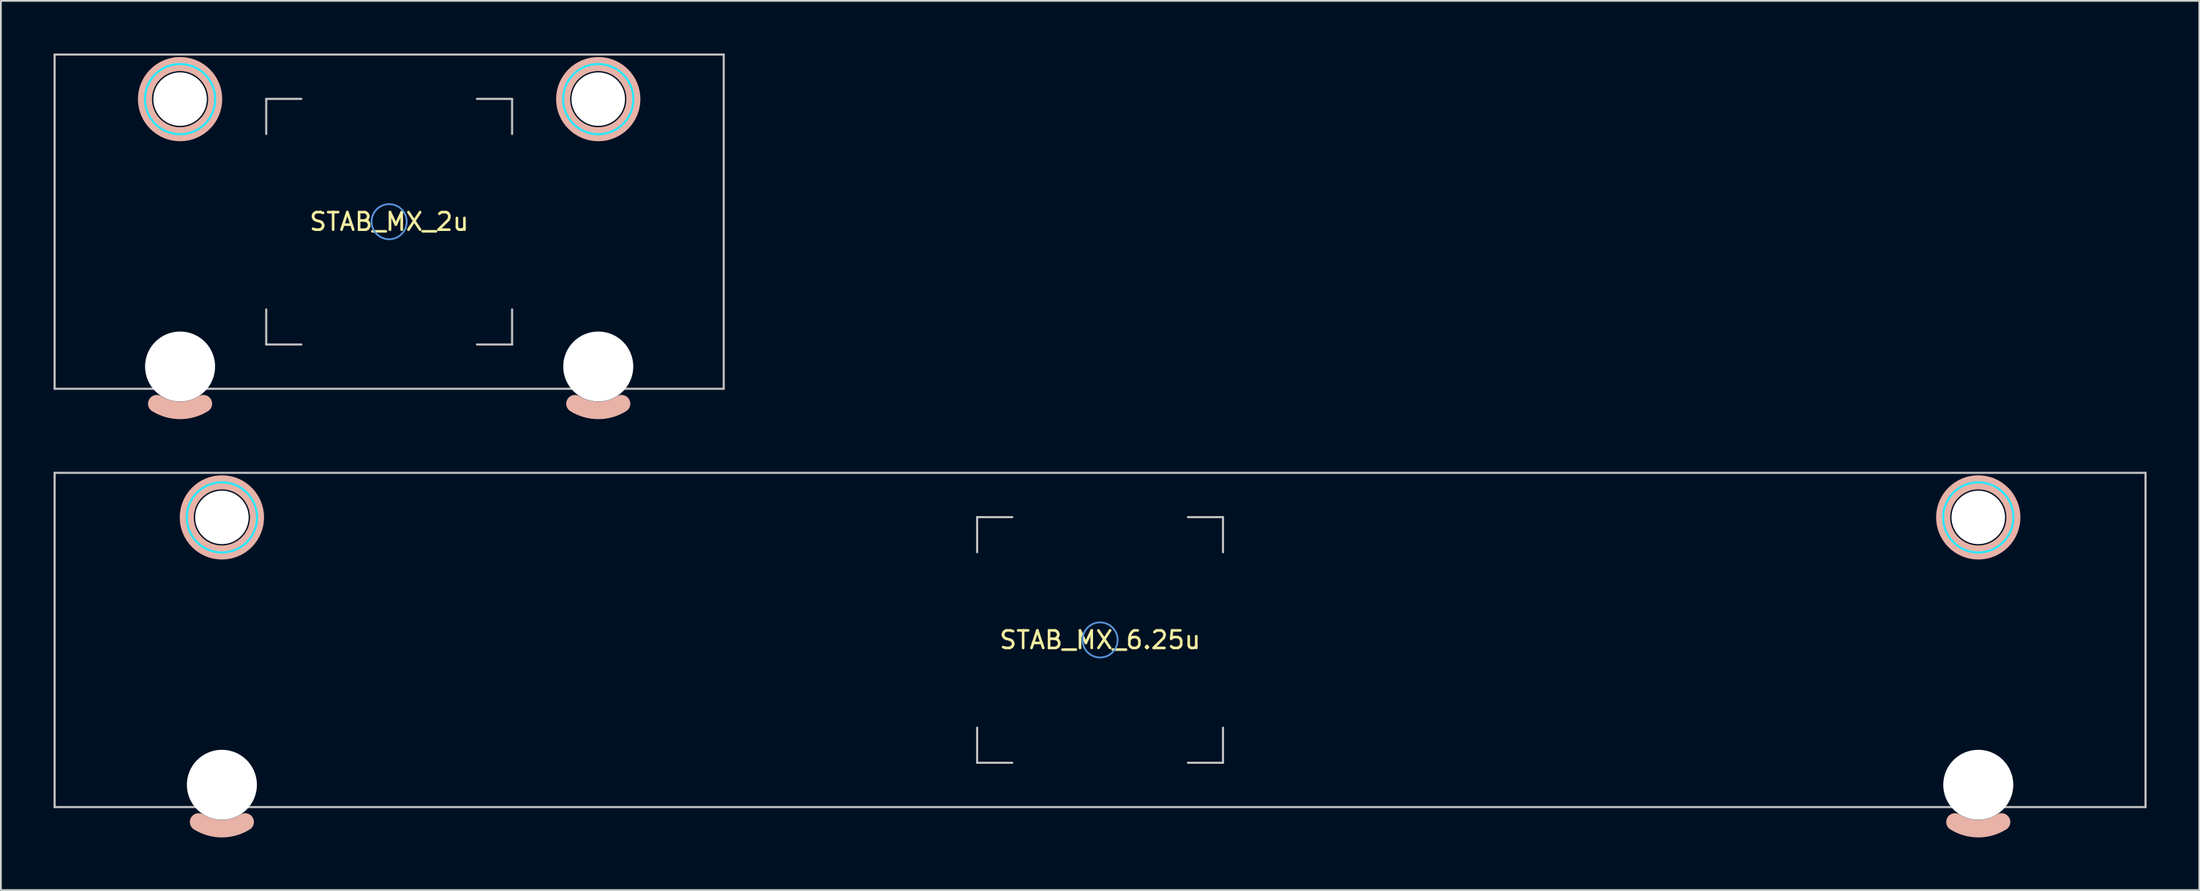
<source format=kicad_pcb>
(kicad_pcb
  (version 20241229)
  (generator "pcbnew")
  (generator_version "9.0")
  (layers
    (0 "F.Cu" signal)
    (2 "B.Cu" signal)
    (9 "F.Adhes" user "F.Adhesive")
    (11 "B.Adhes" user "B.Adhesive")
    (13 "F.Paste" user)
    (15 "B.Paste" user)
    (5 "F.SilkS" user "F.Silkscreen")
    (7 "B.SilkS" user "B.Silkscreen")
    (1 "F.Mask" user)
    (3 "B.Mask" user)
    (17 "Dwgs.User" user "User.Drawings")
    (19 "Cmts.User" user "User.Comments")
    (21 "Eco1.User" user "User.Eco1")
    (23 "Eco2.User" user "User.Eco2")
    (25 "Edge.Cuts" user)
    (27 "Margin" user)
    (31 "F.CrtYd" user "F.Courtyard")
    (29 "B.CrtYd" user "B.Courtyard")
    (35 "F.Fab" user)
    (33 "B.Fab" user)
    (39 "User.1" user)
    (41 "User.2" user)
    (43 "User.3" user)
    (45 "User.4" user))
  (footprint "STAB_MX_6.25u"
    (layer "F.Cu")
    (at 59.591 33.425)
    (property "Reference" "STAB_MX_6.25u" (at 0 0 0) (layer "F.SilkS") (effects (font (size 1 1) (thickness 0.15))))
    (attr through_hole exclude_from_pos_files exclude_from_bom)
    (fp_arc (start -48.681252 10.374995) (mid -50.00625 10.755) (end -51.331248 10.374995) (stroke (width 1) (type default)) (layer "B.SilkS"))
    (fp_arc (start 51.331248 10.374995) (mid 50.00625 10.755) (end 48.681252 10.374995) (stroke (width 1) (type default)) (layer "B.SilkS"))
    (fp_circle (center -50.006 -6.985) (end -52.006 -6.985) (stroke (width 0.8) (type solid)) (fill no) (layer "B.SilkS"))
    (fp_circle (center 50.006 -6.985) (end 48.006 -6.985) (stroke (width 0.8) (type solid)) (fill no) (layer "B.SilkS"))
    (fp_line (start -59.531 -9.525) (end -59.531 9.525) (stroke (width 0.12) (type solid)) (layer "Dwgs.User"))
    (fp_line (start -59.531 -9.525) (end 59.531 -9.525) (stroke (width 0.12) (type solid)) (layer "Dwgs.User"))
    (fp_line (start -59.531 9.525) (end 59.531 9.525) (stroke (width 0.12) (type solid)) (layer "Dwgs.User"))
    (fp_line (start -7 -7) (end -5 -7) (stroke (width 0.12) (type solid)) (layer "Dwgs.User"))
    (fp_line (start -7 -5) (end -7 -7) (stroke (width 0.12) (type solid)) (layer "Dwgs.User"))
    (fp_line (start -7 7) (end -7 5) (stroke (width 0.12) (type solid)) (layer "Dwgs.User"))
    (fp_line (start -5 7) (end -7 7) (stroke (width 0.12) (type solid)) (layer "Dwgs.User"))
    (fp_line (start 5 -7) (end 7 -7) (stroke (width 0.12) (type solid)) (layer "Dwgs.User"))
    (fp_line (start 5 7) (end 7 7) (stroke (width 0.12) (type solid)) (layer "Dwgs.User"))
    (fp_line (start 7 -7) (end 7 -5) (stroke (width 0.12) (type solid)) (layer "Dwgs.User"))
    (fp_line (start 7 7) (end 7 5) (stroke (width 0.12) (type solid)) (layer "Dwgs.User"))
    (fp_line (start 59.531 -9.525) (end 59.531 9.525) (stroke (width 0.12) (type solid)) (layer "Dwgs.User"))
    (fp_circle (center 0 0) (end 0 -1) (stroke (width 0.1) (type default)) (fill no) (layer "Cmts.User"))
    (fp_line (start -53.381 -5.5) (end -53.381 7.5) (stroke (width 0.05) (type solid)) (layer "Eco2.User"))
    (fp_line (start -52.881 -6) (end -47.131 -6) (stroke (width 0.05) (type solid)) (layer "Eco2.User"))
    (fp_line (start -52.881 8) (end -47.131 8) (stroke (width 0.05) (type solid)) (layer "Eco2.User"))
    (fp_line (start -46.631 -5.5) (end -46.631 7.5) (stroke (width 0.05) (type solid)) (layer "Eco2.User"))
    (fp_line (start 46.631 -5.5) (end 46.631 7.5) (stroke (width 0.05) (type solid)) (layer "Eco2.User"))
    (fp_line (start 47.131 -6) (end 52.88 -6) (stroke (width 0.05) (type solid)) (layer "Eco2.User"))
    (fp_line (start 47.131 8) (end 52.881 8) (stroke (width 0.05) (type solid)) (layer "Eco2.User"))
    (fp_line (start 53.38 -5.5) (end 53.381 7.5) (stroke (width 0.05) (type solid)) (layer "Eco2.User"))
    (fp_arc (start -53.38125 -5.499999) (mid -53.234803 -5.853552) (end -52.88125 -5.999999) (stroke (width 0.05) (type solid)) (layer "Eco2.User"))
    (fp_arc (start -52.88125 8.000001) (mid -53.234803 7.853554) (end -53.38125 7.500001) (stroke (width 0.05) (type solid)) (layer "Eco2.User"))
    (fp_arc (start -47.13125 -5.999999) (mid -46.777697 -5.853552) (end -46.63125 -5.499999) (stroke (width 0.05) (type solid)) (layer "Eco2.User"))
    (fp_arc (start -46.63125 7.500001) (mid -46.777697 7.853554) (end -47.13125 8.000001) (stroke (width 0.05) (type solid)) (layer "Eco2.User"))
    (fp_arc (start 46.63125 -5.499999) (mid 46.777697 -5.853552) (end 47.13125 -5.999999) (stroke (width 0.05) (type solid)) (layer "Eco2.User"))
    (fp_arc (start 47.13125 8.000001) (mid 46.777697 7.853554) (end 46.63125 7.500001) (stroke (width 0.05) (type solid)) (layer "Eco2.User"))
    (fp_arc (start 52.880039 -5.999999) (mid 53.233592 -5.853552) (end 53.380039 -5.499999) (stroke (width 0.05) (type solid)) (layer "Eco2.User"))
    (fp_arc (start 53.38125 7.500001) (mid 53.234803 7.853554) (end 52.88125 8.000001) (stroke (width 0.05) (type solid)) (layer "Eco2.User"))
    (fp_circle (center -50.006 -6.985) (end -48.006 -6.985) (stroke (width 0.12) (type solid)) (fill no) (layer "B.CrtYd"))
    (fp_circle (center 50.006 -6.985) (end 52.006 -6.985) (stroke (width 0.12) (type solid)) (fill no) (layer "B.CrtYd"))
    (pad "" np_thru_hole circle (at -50.006 -6.985) (size 3.048 3.048) (drill 3.048) (layers "*.Cu" "*.Mask"))
    (pad "" np_thru_hole circle (at -50.006 8.255) (size 3.988 3.988) (drill 3.988) (layers "*.Cu" "*.Mask"))
    (pad "" np_thru_hole circle (at 50.006 -6.985) (size 3.048 3.048) (drill 3.048) (layers "*.Cu" "*.Mask"))
    (pad "" np_thru_hole circle (at 50.006 8.255) (size 3.988 3.988) (drill 3.988) (layers "*.Cu" "*.Mask")))
  (footprint "STAB_MX_2u"
    (layer "F.Cu")
    (at 19.11 9.585)
    (property "Reference" "STAB_MX_2u" (at 0 0 0) (layer "F.SilkS") (effects (font (size 1 1) (thickness 0.15))))
    (attr through_hole exclude_from_pos_files exclude_from_bom)
    (fp_arc (start -10.581252 10.374995) (mid -11.90625 10.755) (end -13.231248 10.374995) (stroke (width 1) (type default)) (layer "B.SilkS"))
    (fp_arc (start 13.231248 10.374995) (mid 11.90625 10.755) (end 10.581252 10.374995) (stroke (width 1) (type default)) (layer "B.SilkS"))
    (fp_circle (center -11.906 -6.985) (end -13.906 -6.985) (stroke (width 0.8) (type solid)) (fill no) (layer "B.SilkS"))
    (fp_circle (center 11.906 -6.985) (end 9.906 -6.985) (stroke (width 0.8) (type solid)) (fill no) (layer "B.SilkS"))
    (fp_line (start -19.05 -9.525) (end -19.05 9.525) (stroke (width 0.12) (type solid)) (layer "Dwgs.User"))
    (fp_line (start -19.05 -9.525) (end 19.05 -9.525) (stroke (width 0.12) (type solid)) (layer "Dwgs.User"))
    (fp_line (start -19.05 9.525) (end 19.05 9.525) (stroke (width 0.12) (type solid)) (layer "Dwgs.User"))
    (fp_line (start -7 -7) (end -5 -7) (stroke (width 0.12) (type solid)) (layer "Dwgs.User"))
    (fp_line (start -7 -5) (end -7 -7) (stroke (width 0.12) (type solid)) (layer "Dwgs.User"))
    (fp_line (start -7 7) (end -7 5) (stroke (width 0.12) (type solid)) (layer "Dwgs.User"))
    (fp_line (start -5 7) (end -7 7) (stroke (width 0.12) (type solid)) (layer "Dwgs.User"))
    (fp_line (start 5 -7) (end 7 -7) (stroke (width 0.12) (type solid)) (layer "Dwgs.User"))
    (fp_line (start 5 7) (end 7 7) (stroke (width 0.12) (type solid)) (layer "Dwgs.User"))
    (fp_line (start 7 -7) (end 7 -5) (stroke (width 0.12) (type solid)) (layer "Dwgs.User"))
    (fp_line (start 7 7) (end 7 5) (stroke (width 0.12) (type solid)) (layer "Dwgs.User"))
    (fp_line (start 19.05 -9.525) (end 19.05 9.525) (stroke (width 0.12) (type solid)) (layer "Dwgs.User"))
    (fp_circle (center 0 0) (end 0 -1) (stroke (width 0.1) (type default)) (fill no) (layer "Cmts.User"))
    (fp_line (start -15.281 -5.5) (end -15.281 7.5) (stroke (width 0.05) (type solid)) (layer "Eco2.User"))
    (fp_line (start -14.781 -6) (end -9.031 -6) (stroke (width 0.05) (type solid)) (layer "Eco2.User"))
    (fp_line (start -14.781 8) (end -9.031 8) (stroke (width 0.05) (type solid)) (layer "Eco2.User"))
    (fp_line (start -8.531 -5.5) (end -8.531 7.5) (stroke (width 0.05) (type solid)) (layer "Eco2.User"))
    (fp_line (start 8.531 -5.5) (end 8.531 7.5) (stroke (width 0.05) (type solid)) (layer "Eco2.User"))
    (fp_line (start 9.031 -6) (end 14.78 -6) (stroke (width 0.05) (type solid)) (layer "Eco2.User"))
    (fp_line (start 9.031 8) (end 14.781 8) (stroke (width 0.05) (type solid)) (layer "Eco2.User"))
    (fp_line (start 15.28 -5.5) (end 15.281 7.5) (stroke (width 0.05) (type solid)) (layer "Eco2.User"))
    (fp_arc (start -15.28125 -5.499999) (mid -15.134803 -5.853552) (end -14.78125 -5.999999) (stroke (width 0.05) (type solid)) (layer "Eco2.User"))
    (fp_arc (start -14.78125 8.000001) (mid -15.134803 7.853554) (end -15.28125 7.500001) (stroke (width 0.05) (type solid)) (layer "Eco2.User"))
    (fp_arc (start -9.03125 -5.999999) (mid -8.677697 -5.853552) (end -8.53125 -5.499999) (stroke (width 0.05) (type solid)) (layer "Eco2.User"))
    (fp_arc (start -8.53125 7.500001) (mid -8.677697 7.853554) (end -9.03125 8.000001) (stroke (width 0.05) (type solid)) (layer "Eco2.User"))
    (fp_arc (start 8.53125 -5.499999) (mid 8.677697 -5.853552) (end 9.03125 -5.999999) (stroke (width 0.05) (type solid)) (layer "Eco2.User"))
    (fp_arc (start 9.03125 8.000001) (mid 8.677697 7.853554) (end 8.53125 7.500001) (stroke (width 0.05) (type solid)) (layer "Eco2.User"))
    (fp_arc (start 14.780039 -5.999999) (mid 15.133592 -5.853552) (end 15.280039 -5.499999) (stroke (width 0.05) (type solid)) (layer "Eco2.User"))
    (fp_arc (start 15.28125 7.500001) (mid 15.134803 7.853554) (end 14.78125 8.000001) (stroke (width 0.05) (type solid)) (layer "Eco2.User"))
    (fp_circle (center -11.906 -6.985) (end -9.906 -6.985) (stroke (width 0.12) (type solid)) (fill no) (layer "B.CrtYd"))
    (fp_circle (center 11.906 -6.985) (end 13.906 -6.985) (stroke (width 0.12) (type solid)) (fill no) (layer "B.CrtYd"))
    (pad "" np_thru_hole circle (at -11.906 -6.985) (size 3.048 3.048) (drill 3.048) (layers "*.Cu" "*.Mask"))
    (pad "" np_thru_hole circle (at -11.906 8.255) (size 3.988 3.988) (drill 3.988) (layers "*.Cu" "*.Mask"))
    (pad "" np_thru_hole circle (at 11.906 -6.985) (size 3.048 3.048) (drill 3.048) (layers "*.Cu" "*.Mask"))
    (pad "" np_thru_hole circle (at 11.906 8.255) (size 3.988 3.988) (drill 3.988) (layers "*.Cu" "*.Mask")))
  (gr_rect
    (start -3 -3)
    (end 122.183 47.68)
    (stroke (width 0.1) (type default))
    (fill no)
    (layer "Edge.Cuts")))
</source>
